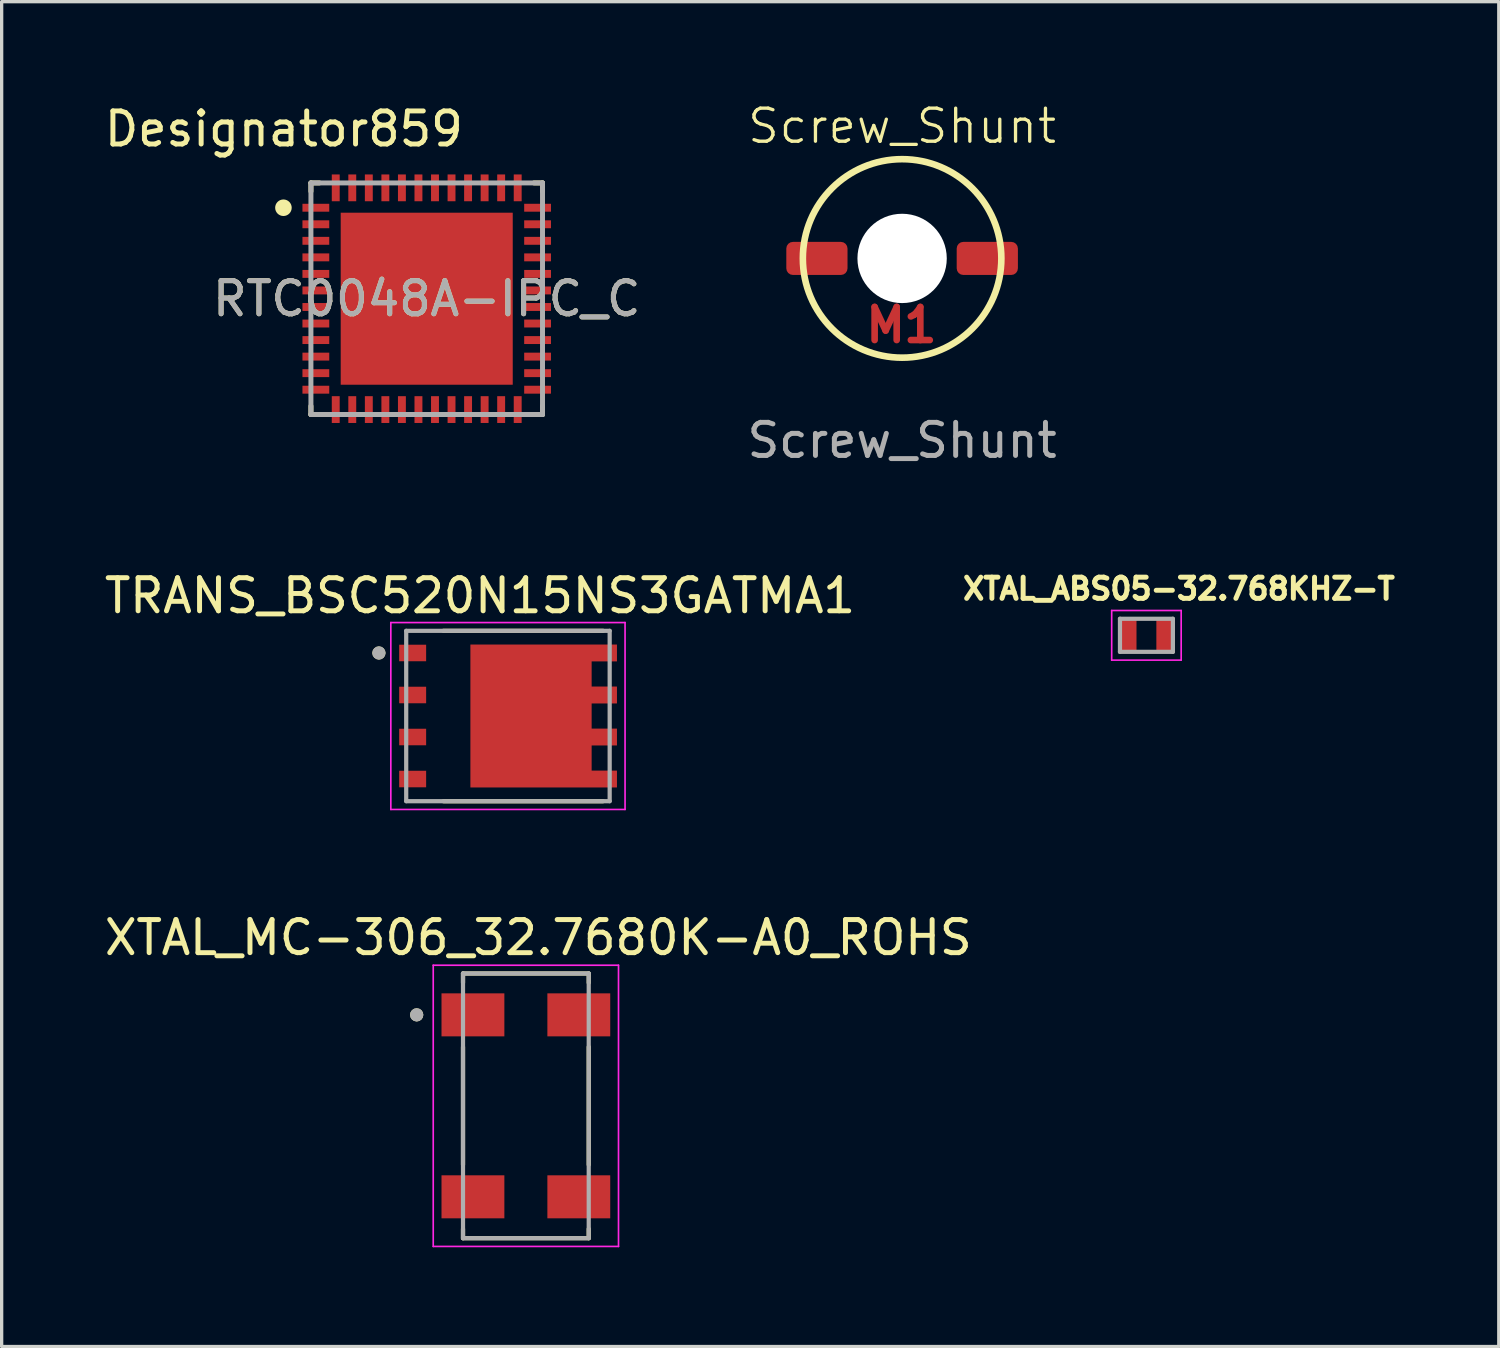
<source format=kicad_pcb>
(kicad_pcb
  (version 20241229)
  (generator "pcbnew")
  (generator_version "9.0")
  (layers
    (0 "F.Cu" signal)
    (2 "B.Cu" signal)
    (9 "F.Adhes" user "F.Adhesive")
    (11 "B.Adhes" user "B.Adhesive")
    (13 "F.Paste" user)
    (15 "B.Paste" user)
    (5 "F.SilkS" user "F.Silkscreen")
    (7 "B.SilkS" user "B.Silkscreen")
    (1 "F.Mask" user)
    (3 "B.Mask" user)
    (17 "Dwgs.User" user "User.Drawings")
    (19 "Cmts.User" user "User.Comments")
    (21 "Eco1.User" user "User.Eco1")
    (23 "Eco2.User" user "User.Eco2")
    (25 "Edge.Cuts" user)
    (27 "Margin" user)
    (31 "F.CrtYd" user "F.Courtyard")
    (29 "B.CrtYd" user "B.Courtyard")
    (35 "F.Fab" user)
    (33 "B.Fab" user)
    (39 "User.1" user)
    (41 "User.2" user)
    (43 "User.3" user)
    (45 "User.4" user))
  (footprint "XTAL_ABS05-32.768KHZ-T"
    (layer "F.Cu")
    (at 31.602 16.153)
    (property "Reference" "XTAL_ABS05-32.768KHZ-T" (at 0.982 -1.406 0) (layer "F.SilkS") (effects (font (size 0.64 0.64) (thickness 0.15))))
    (attr smd)
    (fp_line (start -1.05 -0.75) (end -1.05 0.75) (stroke (width 0.05) (type solid)) (layer "F.CrtYd"))
    (fp_line (start -1.05 0.75) (end 1.05 0.75) (stroke (width 0.05) (type solid)) (layer "F.CrtYd"))
    (fp_line (start 1.05 -0.75) (end -1.05 -0.75) (stroke (width 0.05) (type solid)) (layer "F.CrtYd"))
    (fp_line (start 1.05 0.75) (end 1.05 -0.75) (stroke (width 0.05) (type solid)) (layer "F.CrtYd"))
    (fp_line (start -0.8 -0.5) (end -0.8 0.5) (stroke (width 0.127) (type solid)) (layer "F.Fab"))
    (fp_line (start -0.8 -0.5) (end 0.8 -0.5) (stroke (width 0.127) (type solid)) (layer "F.Fab"))
    (fp_line (start -0.8 0.5) (end 0.8 0.5) (stroke (width 0.127) (type solid)) (layer "F.Fab"))
    (fp_line (start 0.8 -0.5) (end 0.8 0.5) (stroke (width 0.127) (type solid)) (layer "F.Fab"))
    (pad "1" smd rect (at -0.55 0) (size 0.5 1) (layers "F.Cu" "F.Mask" "F.Paste"))
    (pad "2" smd rect (at 0.55 0) (size 0.5 1) (layers "F.Cu" "F.Mask" "F.Paste")))
  (footprint "TRANS_BSC520N15NS3GATMA1"
    (layer "F.Cu")
    (at 12.303 18.592)
    (property "Reference" "TRANS_BSC520N15NS3GATMA1" (at -0.845 -3.635 0) (layer "F.SilkS") (effects (font (size 1 1) (thickness 0.15))))
    (attr smd)
    (fp_poly (pts (xy -1.23 -2.255) (xy -1.23 2.255) (xy 3.39 2.255) (xy 3.39 1.555) (xy 2.625 1.555) (xy 2.625 0.985) (xy 3.39 0.985) (xy 3.39 0.285) (xy 2.625 0.285) (xy 2.625 -0.285) (xy 3.39 -0.285) (xy 3.39 -0.985) (xy 2.625 -0.985) (xy 2.625 -1.555) (xy 3.39 -1.555) (xy 3.39 -2.255)) (stroke (width 0.01) (type solid)) (fill yes) (layer "F.Mask"))
    (fp_line (start -1.95 -2.575) (end 2.875 -2.575) (stroke (width 0.127) (type solid)) (layer "F.SilkS"))
    (fp_line (start 2.875 2.575) (end -1.95 2.575) (stroke (width 0.127) (type solid)) (layer "F.SilkS"))
    (fp_circle (center -3.9 -1.905) (end -3.8 -1.905) (stroke (width 0.2) (type solid)) (fill no) (layer "F.SilkS"))
    (fp_poly (pts (xy -2.522 -1.705) (xy -3.237 -1.705) (xy -3.237 -2.105) (xy -2.522 -2.105)) (stroke (width 0.01) (type solid)) (fill yes) (layer "F.Paste"))
    (fp_poly (pts (xy -2.522 -0.435) (xy -3.237 -0.435) (xy -3.237 -0.835) (xy -2.522 -0.835)) (stroke (width 0.01) (type solid)) (fill yes) (layer "F.Paste"))
    (fp_poly (pts (xy -2.522 0.835) (xy -3.237 0.835) (xy -3.237 0.435) (xy -2.522 0.435)) (stroke (width 0.01) (type solid)) (fill yes) (layer "F.Paste"))
    (fp_poly (pts (xy -2.522 2.105) (xy -3.237 2.105) (xy -3.237 1.705) (xy -2.522 1.705)) (stroke (width 0.01) (type solid)) (fill yes) (layer "F.Paste"))
    (fp_poly (pts (xy 0.625 -0.1) (xy -0.875 -0.1) (xy -0.875 -1.8) (xy 0.625 -1.8)) (stroke (width 0.01) (type solid)) (fill yes) (layer "F.Paste"))
    (fp_poly (pts (xy 0.625 1.8) (xy -0.875 1.8) (xy -0.875 0.1) (xy 0.625 0.1)) (stroke (width 0.01) (type solid)) (fill yes) (layer "F.Paste"))
    (fp_poly (pts (xy 2.325 -0.1) (xy 0.825 -0.1) (xy 0.825 -1.8) (xy 2.325 -1.8)) (stroke (width 0.01) (type solid)) (fill yes) (layer "F.Paste"))
    (fp_poly (pts (xy 2.325 1.8) (xy 0.825 1.8) (xy 0.825 0.1) (xy 2.325 0.1)) (stroke (width 0.01) (type solid)) (fill yes) (layer "F.Paste"))
    (fp_poly (pts (xy 3.237 -1.705) (xy 2.522 -1.705) (xy 2.522 -2.105) (xy 3.237 -2.105)) (stroke (width 0.01) (type solid)) (fill yes) (layer "F.Paste"))
    (fp_poly (pts (xy 3.237 -0.435) (xy 2.522 -0.435) (xy 2.522 -0.835) (xy 3.237 -0.835)) (stroke (width 0.01) (type solid)) (fill yes) (layer "F.Paste"))
    (fp_poly (pts (xy 3.237 0.835) (xy 2.522 0.835) (xy 2.522 0.435) (xy 3.237 0.435)) (stroke (width 0.01) (type solid)) (fill yes) (layer "F.Paste"))
    (fp_poly (pts (xy 3.237 2.105) (xy 2.522 2.105) (xy 2.522 1.705) (xy 3.237 1.705)) (stroke (width 0.01) (type solid)) (fill yes) (layer "F.Paste"))
    (fp_line (start -3.54 -2.825) (end -3.54 2.825) (stroke (width 0.05) (type solid)) (layer "F.CrtYd"))
    (fp_line (start -3.54 2.825) (end 3.54 2.825) (stroke (width 0.05) (type solid)) (layer "F.CrtYd"))
    (fp_line (start 3.54 -2.825) (end -3.54 -2.825) (stroke (width 0.05) (type solid)) (layer "F.CrtYd"))
    (fp_line (start 3.54 2.825) (end 3.54 -2.825) (stroke (width 0.05) (type solid)) (layer "F.CrtYd"))
    (fp_line (start -3.075 -2.575) (end 3.075 -2.575) (stroke (width 0.127) (type solid)) (layer "F.Fab"))
    (fp_line (start -3.075 2.575) (end -3.075 -2.575) (stroke (width 0.127) (type solid)) (layer "F.Fab"))
    (fp_line (start 3.075 -2.575) (end 3.075 2.575) (stroke (width 0.127) (type solid)) (layer "F.Fab"))
    (fp_line (start 3.075 2.575) (end -3.075 2.575) (stroke (width 0.127) (type solid)) (layer "F.Fab"))
    (fp_circle (center -3.9 -1.905) (end -3.8 -1.905) (stroke (width 0.2) (type solid)) (fill no) (layer "F.Fab"))
    (pad "1" smd rect (at -2.88 -1.905) (size 0.815 0.5) (layers "F.Cu" "F.Mask"))
    (pad "2" smd rect (at -2.88 -0.635) (size 0.815 0.5) (layers "F.Cu" "F.Mask"))
    (pad "3" smd rect (at -2.88 0.635) (size 0.815 0.5) (layers "F.Cu" "F.Mask"))
    (pad "4" smd rect (at -2.88 1.905) (size 0.815 0.5) (layers "F.Cu" "F.Mask"))
    (pad "5-8" smd custom (at 0.635 0) (size 1 1) (layers "F.Cu") (options (anchor rect)) (primitives (gr_poly (pts (xy -1.765 -2.155) (xy -1.765 2.155) (xy 2.655 2.155) (xy 2.655 1.655) (xy 1.89 1.655) (xy 1.89 0.885) (xy 2.655 0.885) (xy 2.655 0.385) (xy 1.89 0.385) (xy 1.89 -0.385) (xy 2.655 -0.385) (xy 2.655 -0.885) (xy 1.89 -0.885) (xy 1.89 -1.655) (xy 2.655 -1.655) (xy 2.655 -2.155)) (width 0.01) (fill yes)))))
  (footprint "Screw_Shunt"
    (layer "F.Cu")
    (at 24.217 4.761)
    (property "Reference" "Screw_Shunt" (at 0 -4 0) (unlocked yes) (layer "F.SilkS") (effects (font (size 1 1) (thickness 0.1))))
    (attr smd)
    (fp_circle (center 0 0) (end 3 0) (stroke (width 0.2) (type solid)) (fill no) (layer "F.SilkS"))
    (fp_text user "M1" (at -1.2 2.6 0) (unlocked yes) (layer "F.Cu") (effects (font (size 1 1) (thickness 0.2) (bold yes)) (justify left bottom)))
    (fp_text user "${REFERENCE}" (at 0 5.5 0) (unlocked yes) (layer "F.Fab") (effects (font (size 1 1) (thickness 0.15))))
    (pad "" np_thru_hole circle (at 0 0) (size 2.7 2.7) (drill 2.7) (layers "*.Cu" "*.Mask"))
    (pad "1" smd roundrect (at -2.575 0) (size 1.85 1) (layers "F.Cu" "F.Mask" "F.Paste") (roundrect_rratio 0.2))
    (pad "2" smd roundrect (at 2.575 0) (size 1.85 1) (layers "F.Cu" "F.Mask" "F.Paste") (roundrect_rratio 0.2)))
  (footprint "XTAL_MC-306_32.7680K-A0_ROHS"
    (layer "F.Cu")
    (at 12.845 30.375)
    (property "Reference" "XTAL_MC-306_32.7680K-A0_ROHS" (at 0.375 -5.085 0) (layer "F.SilkS") (effects (font (size 1 1) (thickness 0.15))))
    (attr smd)
    (fp_line (start -1.9 -4) (end -1.9 -3.72) (stroke (width 0.127) (type solid)) (layer "F.SilkS"))
    (fp_line (start -1.9 -4) (end 1.9 -4) (stroke (width 0.127) (type solid)) (layer "F.SilkS"))
    (fp_line (start -1.9 -1.78) (end -1.9 1.78) (stroke (width 0.127) (type solid)) (layer "F.SilkS"))
    (fp_line (start -1.9 4) (end -1.9 3.72) (stroke (width 0.127) (type solid)) (layer "F.SilkS"))
    (fp_line (start -1.9 4) (end 1.9 4) (stroke (width 0.127) (type solid)) (layer "F.SilkS"))
    (fp_line (start 1.9 -4) (end 1.9 -3.72) (stroke (width 0.127) (type solid)) (layer "F.SilkS"))
    (fp_line (start 1.9 -1.78) (end 1.9 1.78) (stroke (width 0.127) (type solid)) (layer "F.SilkS"))
    (fp_line (start 1.9 4) (end 1.9 3.72) (stroke (width 0.127) (type solid)) (layer "F.SilkS"))
    (fp_circle (center -3.3 -2.75) (end -3.2 -2.75) (stroke (width 0.2) (type solid)) (fill no) (layer "F.SilkS"))
    (fp_line (start -2.8 -4.25) (end -2.8 4.25) (stroke (width 0.05) (type solid)) (layer "F.CrtYd"))
    (fp_line (start -2.8 -4.25) (end 2.8 -4.25) (stroke (width 0.05) (type solid)) (layer "F.CrtYd"))
    (fp_line (start 2.8 -4.25) (end 2.8 4.25) (stroke (width 0.05) (type solid)) (layer "F.CrtYd"))
    (fp_line (start 2.8 4.25) (end -2.8 4.25) (stroke (width 0.05) (type solid)) (layer "F.CrtYd"))
    (fp_line (start -1.9 -4) (end -1.9 4) (stroke (width 0.127) (type solid)) (layer "F.Fab"))
    (fp_line (start -1.9 -4) (end 1.9 -4) (stroke (width 0.127) (type solid)) (layer "F.Fab"))
    (fp_line (start 1.9 -4) (end 1.9 4) (stroke (width 0.127) (type solid)) (layer "F.Fab"))
    (fp_line (start 1.9 4) (end -1.9 4) (stroke (width 0.127) (type solid)) (layer "F.Fab"))
    (fp_circle (center -3.3 -2.75) (end -3.2 -2.75) (stroke (width 0.2) (type solid)) (fill no) (layer "F.Fab"))
    (pad "1" smd rect (at -1.6 -2.75) (size 1.9 1.3) (layers "F.Cu" "F.Mask" "F.Paste"))
    (pad "2" smd rect (at -1.6 2.75) (size 1.9 1.3) (layers "F.Cu" "F.Mask" "F.Paste"))
    (pad "3" smd rect (at 1.6 2.75) (size 1.9 1.3) (layers "F.Cu" "F.Mask" "F.Paste"))
    (pad "4" smd rect (at 1.6 -2.75) (size 1.9 1.3) (layers "F.Cu" "F.Mask" "F.Paste")))
  (footprint "RTC0048A-IPC_C"
    (layer "F.Cu")
    (at 9.848 5.979)
    (property "Reference" "RTC0048A-IPC_C" (at 0 0 0) (unlocked yes) (layer "F.SilkS") (effects (font (size 1 1) (thickness 0.15))))
    (attr smd)
    (fp_line (start -3.5 -3.5) (end -3.245 -3.5) (stroke (width 0.15) (type solid)) (layer "F.SilkS"))
    (fp_line (start -3.5 -3.245) (end -3.5 -3.5) (stroke (width 0.15) (type solid)) (layer "F.SilkS"))
    (fp_line (start -3.5 3.5) (end -3.5 3.245) (stroke (width 0.15) (type solid)) (layer "F.SilkS"))
    (fp_line (start -3.5 3.5) (end -3.245 3.5) (stroke (width 0.15) (type solid)) (layer "F.SilkS"))
    (fp_line (start 3.245 -3.5) (end 3.5 -3.5) (stroke (width 0.15) (type solid)) (layer "F.SilkS"))
    (fp_line (start 3.245 3.5) (end 3.5 3.5) (stroke (width 0.15) (type solid)) (layer "F.SilkS"))
    (fp_line (start 3.5 -3.245) (end 3.5 -3.5) (stroke (width 0.15) (type solid)) (layer "F.SilkS"))
    (fp_line (start 3.5 3.5) (end 3.5 3.245) (stroke (width 0.15) (type solid)) (layer "F.SilkS"))
    (fp_circle (center -4.331 -2.75) (end -4.206 -2.75) (stroke (width 0.25) (type solid)) (fill no) (layer "F.SilkS"))
    (fp_poly (pts (xy -1.963 -0.319) (xy -0.319 -0.319) (xy -0.319 -1.963) (xy -1.963 -1.963)) (stroke (width 0) (type solid)) (fill yes) (layer "F.Paste"))
    (fp_poly (pts (xy -1.963 1.963) (xy -0.319 1.963) (xy -0.319 0.319) (xy -1.963 0.319)) (stroke (width 0) (type solid)) (fill yes) (layer "F.Paste"))
    (fp_poly (pts (xy 0.319 -0.319) (xy 1.963 -0.319) (xy 1.963 -1.963) (xy 0.319 -1.963)) (stroke (width 0) (type solid)) (fill yes) (layer "F.Paste"))
    (fp_poly (pts (xy 0.319 1.963) (xy 1.963 1.963) (xy 1.963 0.319) (xy 0.319 0.319)) (stroke (width 0) (type solid)) (fill yes) (layer "F.Paste"))
    (fp_line (start -3.5 -3.5) (end 3.5 -3.5) (stroke (width 0.15) (type solid)) (layer "F.Fab"))
    (fp_line (start -3.5 3.5) (end -3.5 -3.5) (stroke (width 0.15) (type solid)) (layer "F.Fab"))
    (fp_line (start -3.5 3.5) (end 3.5 3.5) (stroke (width 0.15) (type solid)) (layer "F.Fab"))
    (fp_line (start 3.5 3.5) (end 3.5 -3.5) (stroke (width 0.15) (type solid)) (layer "F.Fab"))
    (fp_text user "Designator859" (at -4.318 -5.131 0) (unlocked yes) (layer "F.SilkS") (effects (font (size 1 1) (thickness 0.15))))
    (fp_text user "${REFERENCE}" (at 0 0 0) (unlocked yes) (layer "F.Fab") (effects (font (size 1 1) (thickness 0.15))))
    (pad "1" smd rect (at -3.351 -2.75 90) (size 0.239 0.81) (layers "F.Cu" "F.Mask" "F.Paste"))
    (pad "2" smd rect (at -3.351 -2.25 90) (size 0.239 0.81) (layers "F.Cu" "F.Mask" "F.Paste"))
    (pad "3" smd rect (at -3.351 -1.75 90) (size 0.239 0.81) (layers "F.Cu" "F.Mask" "F.Paste"))
    (pad "4" smd rect (at -3.351 -1.25 90) (size 0.239 0.81) (layers "F.Cu" "F.Mask" "F.Paste"))
    (pad "5" smd rect (at -3.351 -0.75 90) (size 0.239 0.81) (layers "F.Cu" "F.Mask" "F.Paste"))
    (pad "6" smd rect (at -3.351 -0.25 90) (size 0.239 0.81) (layers "F.Cu" "F.Mask" "F.Paste"))
    (pad "7" smd rect (at -3.351 0.25 90) (size 0.239 0.81) (layers "F.Cu" "F.Mask" "F.Paste"))
    (pad "8" smd rect (at -3.351 0.75 90) (size 0.239 0.81) (layers "F.Cu" "F.Mask" "F.Paste"))
    (pad "9" smd rect (at -3.351 1.25 90) (size 0.239 0.81) (layers "F.Cu" "F.Mask" "F.Paste"))
    (pad "10" smd rect (at -3.351 1.75 90) (size 0.239 0.81) (layers "F.Cu" "F.Mask" "F.Paste"))
    (pad "11" smd rect (at -3.351 2.25 90) (size 0.239 0.81) (layers "F.Cu" "F.Mask" "F.Paste"))
    (pad "12" smd rect (at -3.351 2.75 90) (size 0.239 0.81) (layers "F.Cu" "F.Mask" "F.Paste"))
    (pad "13" smd rect (at -2.75 3.351) (size 0.239 0.81) (layers "F.Cu" "F.Mask" "F.Paste"))
    (pad "14" smd rect (at -2.25 3.351) (size 0.239 0.81) (layers "F.Cu" "F.Mask" "F.Paste"))
    (pad "15" smd rect (at -1.75 3.351) (size 0.239 0.81) (layers "F.Cu" "F.Mask" "F.Paste"))
    (pad "16" smd rect (at -1.25 3.351) (size 0.239 0.81) (layers "F.Cu" "F.Mask" "F.Paste"))
    (pad "17" smd rect (at -0.75 3.351) (size 0.239 0.81) (layers "F.Cu" "F.Mask" "F.Paste"))
    (pad "18" smd rect (at -0.25 3.351) (size 0.239 0.81) (layers "F.Cu" "F.Mask" "F.Paste"))
    (pad "19" smd rect (at 0.25 3.351) (size 0.239 0.81) (layers "F.Cu" "F.Mask" "F.Paste"))
    (pad "20" smd rect (at 0.75 3.351) (size 0.239 0.81) (layers "F.Cu" "F.Mask" "F.Paste"))
    (pad "21" smd rect (at 1.25 3.351) (size 0.239 0.81) (layers "F.Cu" "F.Mask" "F.Paste"))
    (pad "22" smd rect (at 1.75 3.351) (size 0.239 0.81) (layers "F.Cu" "F.Mask" "F.Paste"))
    (pad "23" smd rect (at 2.25 3.351) (size 0.239 0.81) (layers "F.Cu" "F.Mask" "F.Paste"))
    (pad "24" smd rect (at 2.75 3.351) (size 0.239 0.81) (layers "F.Cu" "F.Mask" "F.Paste"))
    (pad "25" smd rect (at 3.351 2.75 90) (size 0.239 0.81) (layers "F.Cu" "F.Mask" "F.Paste"))
    (pad "26" smd rect (at 3.351 2.25 90) (size 0.239 0.81) (layers "F.Cu" "F.Mask" "F.Paste"))
    (pad "27" smd rect (at 3.351 1.75 90) (size 0.239 0.81) (layers "F.Cu" "F.Mask" "F.Paste"))
    (pad "28" smd rect (at 3.351 1.25 90) (size 0.239 0.81) (layers "F.Cu" "F.Mask" "F.Paste"))
    (pad "29" smd rect (at 3.351 0.75 90) (size 0.239 0.81) (layers "F.Cu" "F.Mask" "F.Paste"))
    (pad "30" smd rect (at 3.351 0.25 90) (size 0.239 0.81) (layers "F.Cu" "F.Mask" "F.Paste"))
    (pad "31" smd rect (at 3.351 -0.25 90) (size 0.239 0.81) (layers "F.Cu" "F.Mask" "F.Paste"))
    (pad "32" smd rect (at 3.351 -0.75 90) (size 0.239 0.81) (layers "F.Cu" "F.Mask" "F.Paste"))
    (pad "33" smd rect (at 3.351 -1.25 90) (size 0.239 0.81) (layers "F.Cu" "F.Mask" "F.Paste"))
    (pad "34" smd rect (at 3.351 -1.75 90) (size 0.239 0.81) (layers "F.Cu" "F.Mask" "F.Paste"))
    (pad "35" smd rect (at 3.351 -2.25 90) (size 0.239 0.81) (layers "F.Cu" "F.Mask" "F.Paste"))
    (pad "36" smd rect (at 3.351 -2.75 90) (size 0.239 0.81) (layers "F.Cu" "F.Mask" "F.Paste"))
    (pad "37" smd rect (at 2.75 -3.351) (size 0.239 0.81) (layers "F.Cu" "F.Mask" "F.Paste"))
    (pad "38" smd rect (at 2.25 -3.351) (size 0.239 0.81) (layers "F.Cu" "F.Mask" "F.Paste"))
    (pad "39" smd rect (at 1.75 -3.351) (size 0.239 0.81) (layers "F.Cu" "F.Mask" "F.Paste"))
    (pad "40" smd rect (at 1.25 -3.351) (size 0.239 0.81) (layers "F.Cu" "F.Mask" "F.Paste"))
    (pad "41" smd rect (at 0.75 -3.351) (size 0.239 0.81) (layers "F.Cu" "F.Mask" "F.Paste"))
    (pad "42" smd rect (at 0.25 -3.351) (size 0.239 0.81) (layers "F.Cu" "F.Mask" "F.Paste"))
    (pad "43" smd rect (at -0.25 -3.351) (size 0.239 0.81) (layers "F.Cu" "F.Mask" "F.Paste"))
    (pad "44" smd rect (at -0.75 -3.351) (size 0.239 0.81) (layers "F.Cu" "F.Mask" "F.Paste"))
    (pad "45" smd rect (at -1.25 -3.351) (size 0.239 0.81) (layers "F.Cu" "F.Mask" "F.Paste"))
    (pad "46" smd rect (at -1.75 -3.351) (size 0.239 0.81) (layers "F.Cu" "F.Mask" "F.Paste"))
    (pad "47" smd rect (at -2.25 -3.351) (size 0.239 0.81) (layers "F.Cu" "F.Mask" "F.Paste"))
    (pad "48" smd rect (at -2.75 -3.351) (size 0.239 0.81) (layers "F.Cu" "F.Mask" "F.Paste"))
    (pad "49" smd rect (at 0 0) (size 5.2 5.2) (layers "F.Cu" "F.Mask")))
  (gr_rect
    (start -3 -3)
    (end 42.252 37.65)
    (stroke (width 0.1) (type default))
    (fill no)
    (layer "Edge.Cuts")))
</source>
